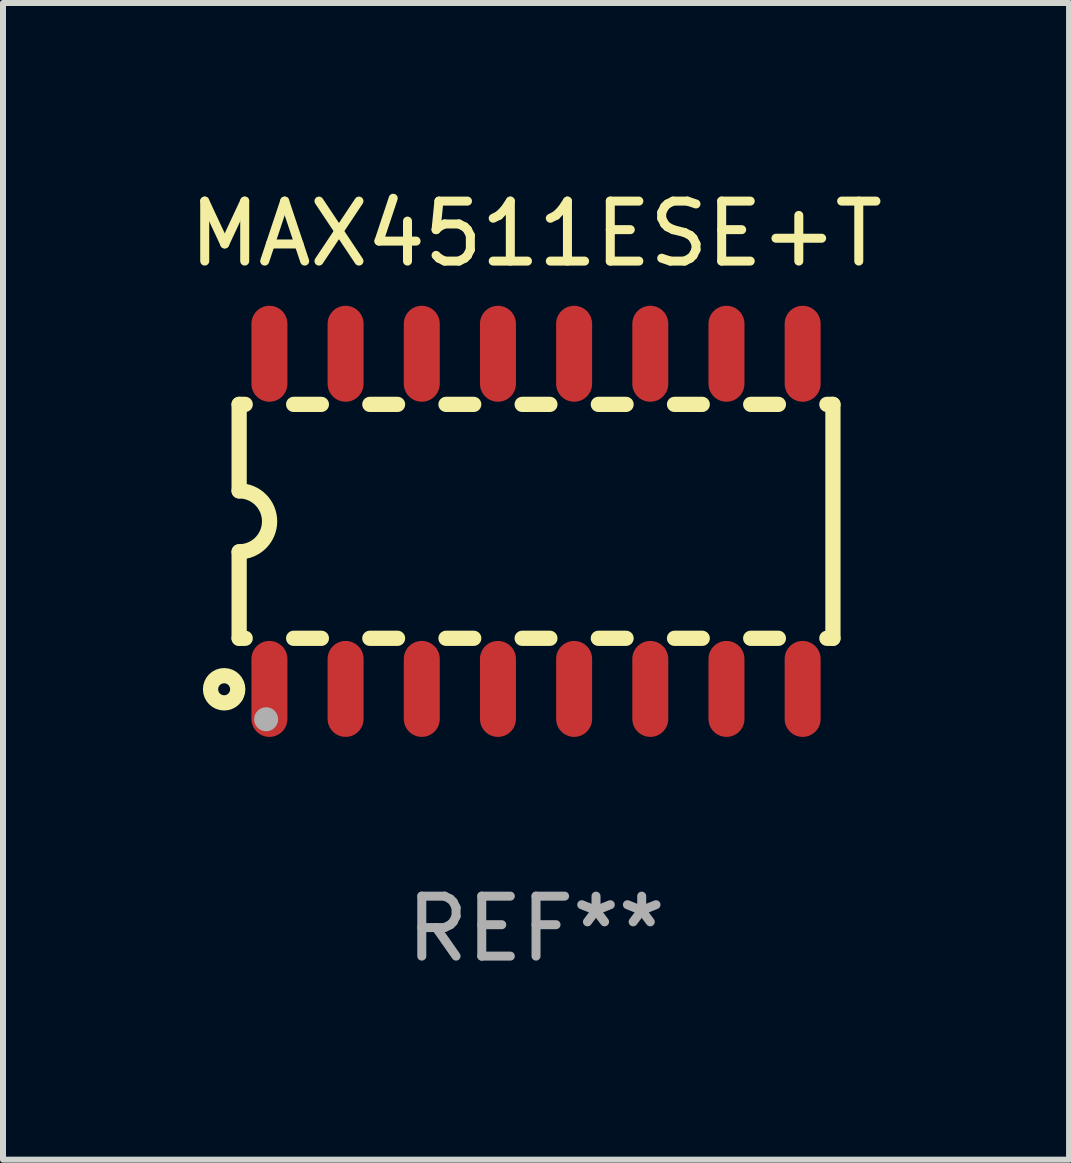
<source format=kicad_pcb>
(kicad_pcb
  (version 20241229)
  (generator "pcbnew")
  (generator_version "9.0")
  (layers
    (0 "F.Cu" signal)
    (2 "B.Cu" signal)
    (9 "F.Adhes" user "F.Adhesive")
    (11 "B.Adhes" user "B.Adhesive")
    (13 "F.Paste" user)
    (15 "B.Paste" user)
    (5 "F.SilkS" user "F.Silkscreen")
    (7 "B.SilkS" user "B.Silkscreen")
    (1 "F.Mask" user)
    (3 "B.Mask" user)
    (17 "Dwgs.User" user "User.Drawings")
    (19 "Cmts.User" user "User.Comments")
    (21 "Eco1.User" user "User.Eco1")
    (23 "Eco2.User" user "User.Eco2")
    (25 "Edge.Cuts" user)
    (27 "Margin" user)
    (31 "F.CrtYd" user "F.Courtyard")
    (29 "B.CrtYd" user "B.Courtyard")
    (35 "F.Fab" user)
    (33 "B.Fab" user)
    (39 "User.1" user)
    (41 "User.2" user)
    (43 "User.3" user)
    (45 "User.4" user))
  (footprint "MAX4511ESE+T"
    (layer "F.Cu")
    (at 5.887 5.642)
    (property "Reference" "MAX4511ESE+T" (at 0 -4.794 0) (layer "F.SilkS") (effects (font (size 1 1) (thickness 0.15))))
    (attr through_hole)
    (fp_line (start -4.95 -1.95) (end -4.95 -0.508) (stroke (width 0.254) (type solid)) (layer "F.SilkS"))
    (fp_line (start -4.95 -1.95) (end -4.849 -1.95) (stroke (width 0.254) (type solid)) (layer "F.SilkS"))
    (fp_line (start -4.95 1.95) (end -4.95 0.508) (stroke (width 0.254) (type solid)) (layer "F.SilkS"))
    (fp_line (start -4.95 1.95) (end -4.849 1.95) (stroke (width 0.254) (type solid)) (layer "F.SilkS"))
    (fp_line (start -4.041 -1.95) (end -3.579 -1.95) (stroke (width 0.254) (type solid)) (layer "F.SilkS"))
    (fp_line (start -4.041 1.95) (end -3.579 1.95) (stroke (width 0.254) (type solid)) (layer "F.SilkS"))
    (fp_line (start -2.771 -1.95) (end -2.309 -1.95) (stroke (width 0.254) (type solid)) (layer "F.SilkS"))
    (fp_line (start -2.771 1.95) (end -2.309 1.95) (stroke (width 0.254) (type solid)) (layer "F.SilkS"))
    (fp_line (start -1.501 -1.95) (end -1.039 -1.95) (stroke (width 0.254) (type solid)) (layer "F.SilkS"))
    (fp_line (start -1.501 1.95) (end -1.039 1.95) (stroke (width 0.254) (type solid)) (layer "F.SilkS"))
    (fp_line (start -0.231 -1.95) (end 0.231 -1.95) (stroke (width 0.254) (type solid)) (layer "F.SilkS"))
    (fp_line (start -0.231 1.95) (end 0.231 1.95) (stroke (width 0.254) (type solid)) (layer "F.SilkS"))
    (fp_line (start 1.039 -1.95) (end 1.501 -1.95) (stroke (width 0.254) (type solid)) (layer "F.SilkS"))
    (fp_line (start 1.039 1.95) (end 1.501 1.95) (stroke (width 0.254) (type solid)) (layer "F.SilkS"))
    (fp_line (start 2.309 -1.95) (end 2.771 -1.95) (stroke (width 0.254) (type solid)) (layer "F.SilkS"))
    (fp_line (start 2.309 1.95) (end 2.771 1.95) (stroke (width 0.254) (type solid)) (layer "F.SilkS"))
    (fp_line (start 3.579 -1.95) (end 4.041 -1.95) (stroke (width 0.254) (type solid)) (layer "F.SilkS"))
    (fp_line (start 3.579 1.95) (end 4.041 1.95) (stroke (width 0.254) (type solid)) (layer "F.SilkS"))
    (fp_line (start 4.849 -1.95) (end 4.95 -1.95) (stroke (width 0.254) (type solid)) (layer "F.SilkS"))
    (fp_line (start 4.849 1.95) (end 4.95 1.95) (stroke (width 0.254) (type solid)) (layer "F.SilkS"))
    (fp_line (start 4.95 -1.95) (end 4.95 1.95) (stroke (width 0.254) (type solid)) (layer "F.SilkS"))
    (fp_arc (start -4.95047 -0.508001) (mid -4.442469 -0.000228) (end -4.950013 0.508001) (stroke (width 0.254001) (type solid)) (layer "F.SilkS"))
    (fp_circle (center -5.2 2.8) (end -5.1 2.8) (stroke (width 0.254) (type solid)) (fill no) (layer "F.SilkS"))
    (fp_circle (center -4.95 2.947) (end -4.92 2.947) (stroke (width 0.06) (type solid)) (fill no) (layer "F.SilkS"))
    (fp_circle (center -4.5 3.3) (end -4.4 3.3) (stroke (width 0.2) (type solid)) (fill no) (layer "F.Fab"))
    (fp_text user "REF**" (at 0 6.794 0) (layer "F.Fab") (effects (font (size 1 1) (thickness 0.15))))
    (pad "1" smd oval (at -4.445 2.794) (size 0.6 1.6) (layers "F.Cu" "F.Mask" "F.Paste"))
    (pad "2" smd oval (at -3.175 2.794) (size 0.6 1.6) (layers "F.Cu" "F.Mask" "F.Paste"))
    (pad "3" smd oval (at -1.905 2.794) (size 0.6 1.6) (layers "F.Cu" "F.Mask" "F.Paste"))
    (pad "4" smd oval (at -0.635 2.794) (size 0.6 1.6) (layers "F.Cu" "F.Mask" "F.Paste"))
    (pad "5" smd oval (at 0.635 2.794) (size 0.6 1.6) (layers "F.Cu" "F.Mask" "F.Paste"))
    (pad "6" smd oval (at 1.905 2.794) (size 0.6 1.6) (layers "F.Cu" "F.Mask" "F.Paste"))
    (pad "7" smd oval (at 3.175 2.794) (size 0.6 1.6) (layers "F.Cu" "F.Mask" "F.Paste"))
    (pad "8" smd oval (at 4.445 2.794) (size 0.6 1.6) (layers "F.Cu" "F.Mask" "F.Paste"))
    (pad "9" smd oval (at 4.445 -2.794) (size 0.6 1.6) (layers "F.Cu" "F.Mask" "F.Paste"))
    (pad "10" smd oval (at 3.175 -2.794) (size 0.6 1.6) (layers "F.Cu" "F.Mask" "F.Paste"))
    (pad "11" smd oval (at 1.905 -2.794) (size 0.6 1.6) (layers "F.Cu" "F.Mask" "F.Paste"))
    (pad "12" smd oval (at 0.635 -2.794) (size 0.6 1.6) (layers "F.Cu" "F.Mask" "F.Paste"))
    (pad "13" smd oval (at -0.635 -2.794) (size 0.6 1.6) (layers "F.Cu" "F.Mask" "F.Paste"))
    (pad "14" smd oval (at -1.905 -2.794) (size 0.6 1.6) (layers "F.Cu" "F.Mask" "F.Paste"))
    (pad "15" smd oval (at -3.175 -2.794) (size 0.6 1.6) (layers "F.Cu" "F.Mask" "F.Paste"))
    (pad "16" smd oval (at -4.445 -2.794) (size 0.6 1.6) (layers "F.Cu" "F.Mask" "F.Paste")))
  (gr_rect
    (start -3 -3)
    (end 14.774 16.285)
    (stroke (width 0.1) (type default))
    (fill no)
    (layer "Edge.Cuts")))
</source>
